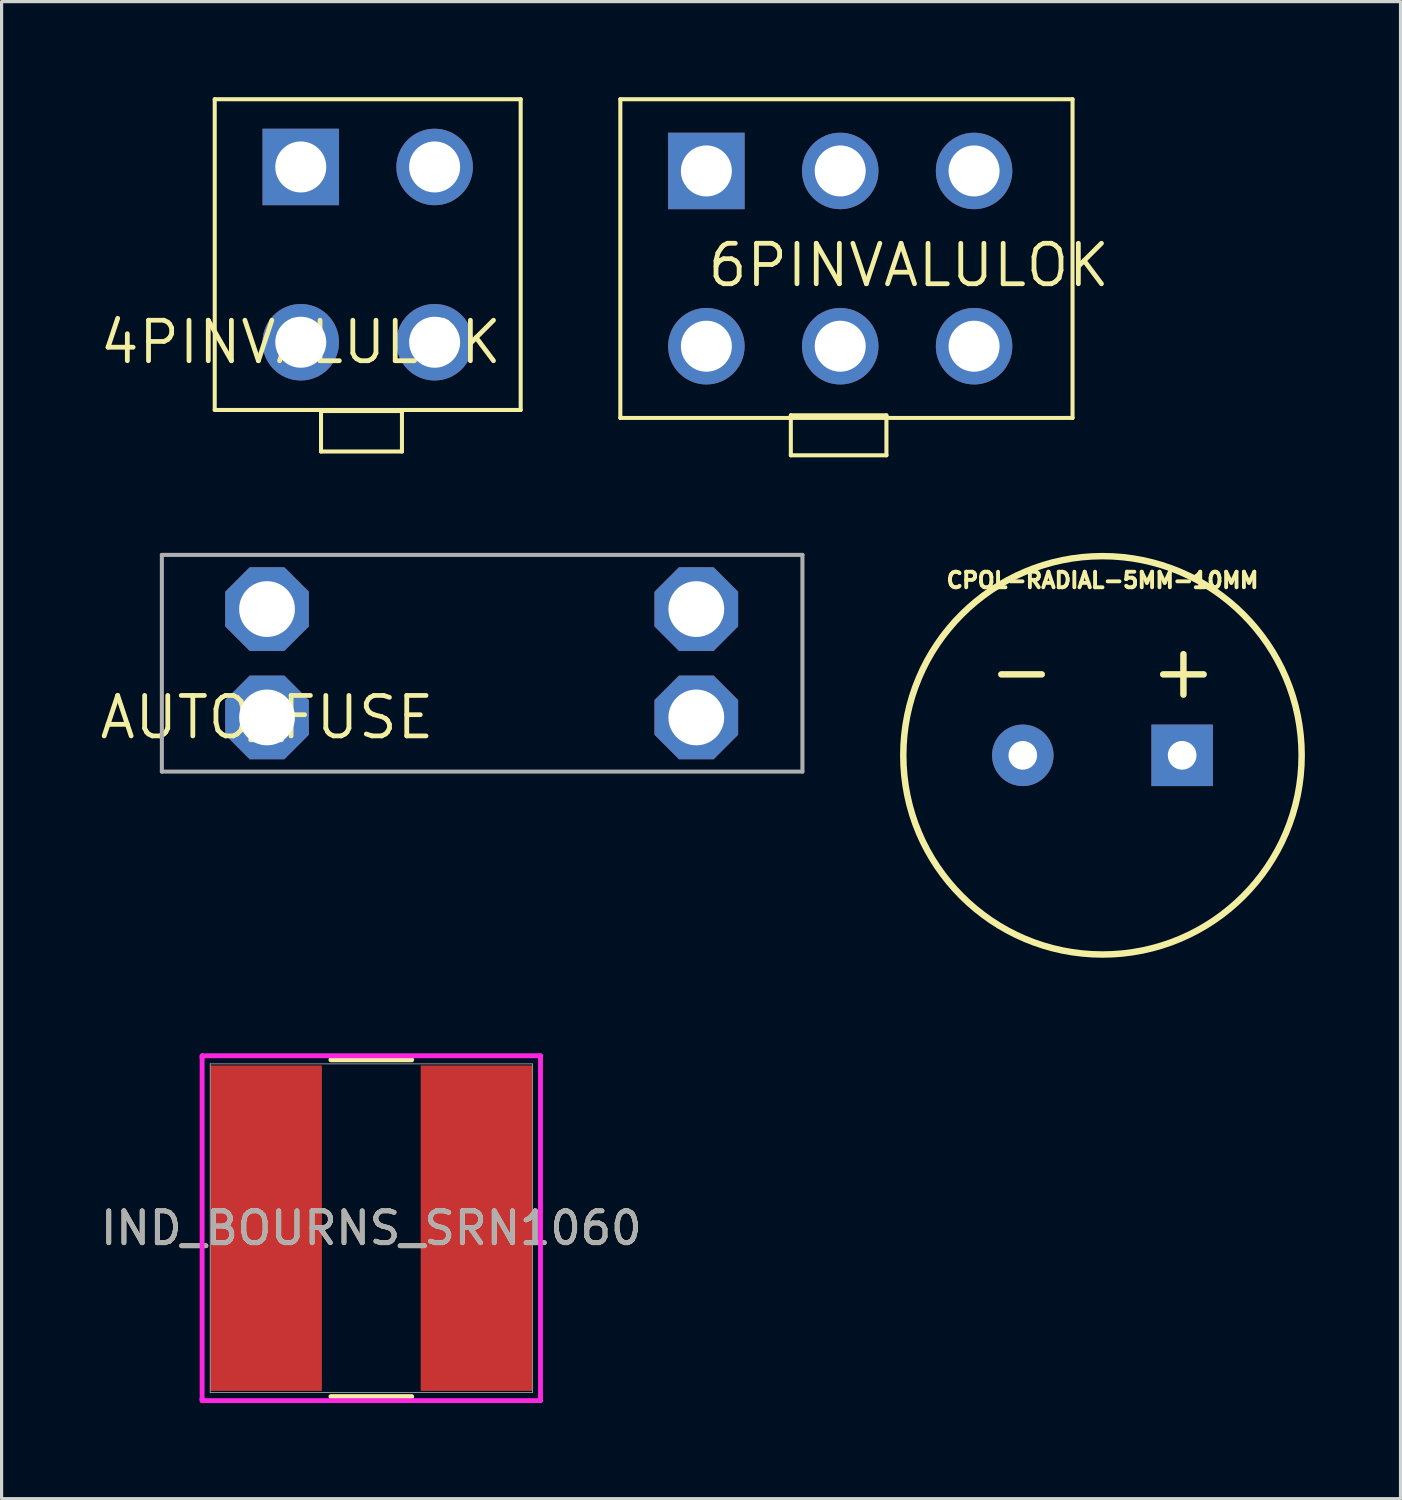
<source format=kicad_pcb>
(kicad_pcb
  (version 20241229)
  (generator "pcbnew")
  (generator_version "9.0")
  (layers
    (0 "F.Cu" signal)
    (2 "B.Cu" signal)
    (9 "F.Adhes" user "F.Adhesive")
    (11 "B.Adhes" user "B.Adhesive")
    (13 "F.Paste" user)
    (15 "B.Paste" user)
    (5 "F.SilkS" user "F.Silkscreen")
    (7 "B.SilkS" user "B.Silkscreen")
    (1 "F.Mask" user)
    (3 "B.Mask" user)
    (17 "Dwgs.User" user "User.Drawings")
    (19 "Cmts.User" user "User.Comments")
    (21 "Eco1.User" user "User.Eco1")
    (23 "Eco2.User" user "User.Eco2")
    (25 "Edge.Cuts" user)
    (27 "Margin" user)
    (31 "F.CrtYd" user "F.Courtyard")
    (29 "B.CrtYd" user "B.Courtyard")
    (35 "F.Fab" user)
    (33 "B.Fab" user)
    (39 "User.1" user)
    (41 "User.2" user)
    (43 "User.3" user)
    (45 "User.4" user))
  (footprint "AUTO_FUSE"
    (layer "F.Cu")
    (at 5.329 19.462)
    (property "Reference" "AUTO_FUSE" (at 0 0 0) (layer "F.SilkS") (effects (font (size 1.27 1.27) (thickness 0.15))))
    (fp_line (start -3.3 -5.1) (end -3.3 1.7) (stroke (width 0.127) (type solid)) (layer "F.Fab"))
    (fp_line (start -3.3 1.7) (end 16.8 1.7) (stroke (width 0.127) (type solid)) (layer "F.Fab"))
    (fp_line (start 16.8 -5.1) (end -3.3 -5.1) (stroke (width 0.127) (type solid)) (layer "F.Fab"))
    (fp_line (start 16.8 1.7) (end 16.8 -5.1) (stroke (width 0.127) (type solid)) (layer "F.Fab"))
    (pad "1A" thru_hole roundrect (at 0 -3.4) (size 2.625 2.625) (drill 1.75) (layers "*.Cu" "*.Mask") (roundrect_rratio 0.25) (chamfer_ratio 0.293) (chamfer top_left top_right bottom_left bottom_right))
    (pad "1B" thru_hole roundrect (at 0 0) (size 2.625 2.625) (drill 1.75) (layers "*.Cu" "*.Mask") (roundrect_rratio 0.25) (chamfer_ratio 0.293) (chamfer top_left top_right bottom_left bottom_right))
    (pad "2A" thru_hole roundrect (at 13.47 -3.4) (size 2.625 2.625) (drill 1.75) (layers "*.Cu" "*.Mask") (roundrect_rratio 0.25) (chamfer_ratio 0.293) (chamfer top_left top_right bottom_left bottom_right))
    (pad "2B" thru_hole roundrect (at 13.47 0) (size 2.625 2.625) (drill 1.75) (layers "*.Cu" "*.Mask") (roundrect_rratio 0.25) (chamfer_ratio 0.293) (chamfer top_left top_right bottom_left bottom_right)))
  (footprint "4PINVALULOK"
    (layer "F.Cu")
    (at 6.388 7.689)
    (property "Reference" "4PINVALULOK" (at 0 0 0) (layer "F.SilkS") (effects (font (size 1.27 1.27) (thickness 0.15))))
    (fp_line (start -2.7 -7.625) (end -2.7 2.125) (stroke (width 0.127) (type solid)) (layer "F.SilkS"))
    (fp_line (start -2.7 2.125) (end 6.9 2.125) (stroke (width 0.127) (type solid)) (layer "F.SilkS"))
    (fp_line (start 0.635 2.159) (end 0.635 3.429) (stroke (width 0.127) (type solid)) (layer "F.SilkS"))
    (fp_line (start 0.635 3.429) (end 3.175 3.429) (stroke (width 0.127) (type solid)) (layer "F.SilkS"))
    (fp_line (start 3.175 2.159) (end 0.635 2.159) (stroke (width 0.127) (type solid)) (layer "F.SilkS"))
    (fp_line (start 3.175 3.429) (end 3.175 2.159) (stroke (width 0.127) (type solid)) (layer "F.SilkS"))
    (fp_line (start 6.9 -7.625) (end -2.7 -7.625) (stroke (width 0.127) (type solid)) (layer "F.SilkS"))
    (fp_line (start 6.9 2.125) (end 6.9 -7.625) (stroke (width 0.127) (type solid)) (layer "F.SilkS"))
    (pad "1" thru_hole rect (at 0 -5.5) (size 2.4 2.4) (drill 1.6) (layers "*.Cu" "*.Mask"))
    (pad "2" thru_hole circle (at 0 0) (size 2.4 2.4) (drill 1.6) (layers "*.Cu" "*.Mask"))
    (pad "3" thru_hole circle (at 4.2 -5.5) (size 2.4 2.4) (drill 1.6) (layers "*.Cu" "*.Mask"))
    (pad "4" thru_hole circle (at 4.2 0) (size 2.4 2.4) (drill 1.6) (layers "*.Cu" "*.Mask")))
  (footprint "CPOL-RADIAL-5MM-10MM"
    (layer "F.Cu")
    (at 31.544 20.651)
    (property "Reference" "CPOL-RADIAL-5MM-10MM" (at 0 -5.207 0) (layer "F.SilkS") (effects (font (size 0.488 0.488) (thickness 0.122)) (justify bottom)))
    (fp_line (start -1.905 -2.54) (end -3.175 -2.54) (stroke (width 0.203) (type solid)) (layer "F.SilkS"))
    (fp_line (start 2.54 -3.175) (end 2.54 -1.905) (stroke (width 0.203) (type solid)) (layer "F.SilkS"))
    (fp_line (start 3.175 -2.54) (end 1.905 -2.54) (stroke (width 0.203) (type solid)) (layer "F.SilkS"))
    (fp_circle (center 0 0) (end 6.25 0) (stroke (width 0.203) (type solid)) (fill no) (layer "F.SilkS"))
    (pad "+" thru_hole rect (at 2.5 0) (size 1.93 1.93) (drill 0.9) (layers "*.Cu" "*.Mask"))
    (pad "-" thru_hole circle (at -2.5 0) (size 1.93 1.93) (drill 0.9) (layers "*.Cu" "*.Mask")))
  (footprint "IND_BOURNS_SRN1060"
    (layer "F.Cu")
    (at 8.601 35.489)
    (property "Reference" "IND_BOURNS_SRN1060" (at 0 0 0) (unlocked yes) (layer "F.SilkS") (effects (font (size 1 1) (thickness 0.15))))
    (attr smd)
    (fp_line (start -1.268 5.283) (end 1.268 5.283) (stroke (width 0.152) (type solid)) (layer "F.SilkS"))
    (fp_line (start 1.268 -5.283) (end -1.268 -5.283) (stroke (width 0.152) (type solid)) (layer "F.SilkS"))
    (fp_line (start -5.309 -5.41) (end 5.309 -5.41) (stroke (width 0.152) (type solid)) (layer "F.CrtYd"))
    (fp_line (start -5.309 -5.359) (end -5.309 -5.41) (stroke (width 0.152) (type solid)) (layer "F.CrtYd"))
    (fp_line (start -5.309 -5.359) (end -5.309 -5.359) (stroke (width 0.152) (type solid)) (layer "F.CrtYd"))
    (fp_line (start -5.309 5.359) (end -5.309 -5.359) (stroke (width 0.152) (type solid)) (layer "F.CrtYd"))
    (fp_line (start -5.309 5.359) (end -5.309 5.359) (stroke (width 0.152) (type solid)) (layer "F.CrtYd"))
    (fp_line (start -5.309 5.41) (end -5.309 5.359) (stroke (width 0.152) (type solid)) (layer "F.CrtYd"))
    (fp_line (start 5.309 -5.41) (end 5.309 -5.359) (stroke (width 0.152) (type solid)) (layer "F.CrtYd"))
    (fp_line (start 5.309 -5.359) (end 5.309 -5.359) (stroke (width 0.152) (type solid)) (layer "F.CrtYd"))
    (fp_line (start 5.309 -5.359) (end 5.309 5.359) (stroke (width 0.152) (type solid)) (layer "F.CrtYd"))
    (fp_line (start 5.309 5.359) (end 5.309 5.359) (stroke (width 0.152) (type solid)) (layer "F.CrtYd"))
    (fp_line (start 5.309 5.359) (end 5.309 5.41) (stroke (width 0.152) (type solid)) (layer "F.CrtYd"))
    (fp_line (start 5.309 5.41) (end -5.309 5.41) (stroke (width 0.152) (type solid)) (layer "F.CrtYd"))
    (fp_line (start -5.055 -5.156) (end -5.055 5.156) (stroke (width 0.025) (type solid)) (layer "F.Fab"))
    (fp_line (start -5.055 5.156) (end 5.055 5.156) (stroke (width 0.025) (type solid)) (layer "F.Fab"))
    (fp_line (start 5.055 -5.156) (end -5.055 -5.156) (stroke (width 0.025) (type solid)) (layer "F.Fab"))
    (fp_line (start 5.055 5.156) (end 5.055 -5.156) (stroke (width 0.025) (type solid)) (layer "F.Fab"))
    (fp_circle (center -4.978 0) (end -4.978 0) (stroke (width 0.025) (type solid)) (fill no) (layer "F.Fab"))
    (fp_text user "${REFERENCE}" (at 0 0 0) (unlocked yes) (layer "F.Fab") (effects (font (size 1 1) (thickness 0.15))))
    (pad "1" smd rect (at -3.302 0) (size 3.505 10.211) (layers "F.Cu" "F.Mask" "F.Paste"))
    (pad "2" smd rect (at 3.302 0) (size 3.505 10.211) (layers "F.Cu" "F.Mask" "F.Paste"))
    (zone (net_name "") (layer "F.Cu") (hatch full 0.508) (connect_pads) (min_thickness 0.254) (filled_areas_thickness no) (keepout (tracks not_allowed) (vias not_allowed) (pads allowed) (copperpour not_allowed) (footprints allowed)) (placement (enabled no)) (fill) (polygon (pts (xy 7.103 30.383) (xy 10.1 30.383) (xy 10.1 40.594) (xy 7.103 40.594)))))
  (footprint "6PINVALULOK"
    (layer "F.Cu")
    (at 25.465 5.274)
    (property "Reference" "6PINVALULOK" (at 0 0 0) (layer "F.SilkS") (effects (font (size 1.27 1.27) (thickness 0.15))))
    (fp_line (start -9.05 -5.21) (end 5.14 -5.21) (stroke (width 0.127) (type solid)) (layer "F.SilkS"))
    (fp_line (start -9.05 4.79) (end -9.05 -5.21) (stroke (width 0.127) (type solid)) (layer "F.SilkS"))
    (fp_line (start -3.7 4.708) (end -3.7 5.962) (stroke (width 0.127) (type solid)) (layer "F.SilkS"))
    (fp_line (start -3.7 5.962) (end -0.7 5.962) (stroke (width 0.127) (type solid)) (layer "F.SilkS"))
    (fp_line (start -0.7 4.708) (end -3.7 4.708) (stroke (width 0.127) (type solid)) (layer "F.SilkS"))
    (fp_line (start -0.7 5.962) (end -0.7 4.708) (stroke (width 0.127) (type solid)) (layer "F.SilkS"))
    (fp_line (start 5.14 -5.21) (end 5.14 4.79) (stroke (width 0.127) (type solid)) (layer "F.SilkS"))
    (fp_line (start 5.14 4.79) (end -9.05 4.79) (stroke (width 0.127) (type solid)) (layer "F.SilkS"))
    (pad "1" thru_hole rect (at -6.35 -2.96) (size 2.4 2.4) (drill 1.6) (layers "*.Cu" "*.Mask"))
    (pad "2" thru_hole circle (at -6.35 2.54) (size 2.4 2.4) (drill 1.6) (layers "*.Cu" "*.Mask"))
    (pad "3" thru_hole circle (at -2.15 -2.96) (size 2.4 2.4) (drill 1.6) (layers "*.Cu" "*.Mask"))
    (pad "4" thru_hole circle (at -2.15 2.54) (size 2.4 2.4) (drill 1.6) (layers "*.Cu" "*.Mask"))
    (pad "5" thru_hole circle (at 2.05 -2.96) (size 2.4 2.4) (drill 1.6) (layers "*.Cu" "*.Mask"))
    (pad "6" thru_hole circle (at 2.05 2.54) (size 2.4 2.4) (drill 1.6) (layers "*.Cu" "*.Mask")))
  (gr_rect
    (start -3 -3)
    (end 40.896 43.975)
    (stroke (width 0.1) (type default))
    (fill no)
    (layer "Edge.Cuts")))
</source>
